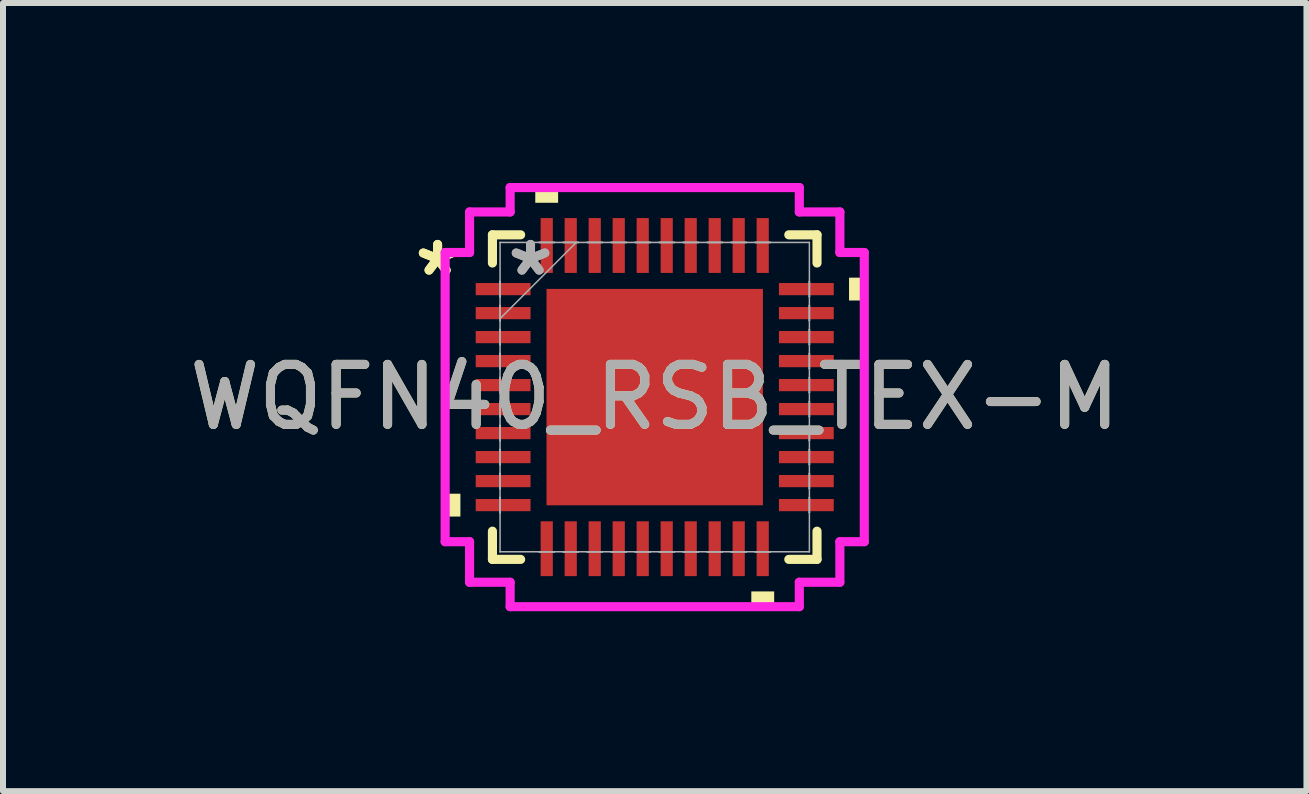
<source format=kicad_pcb>
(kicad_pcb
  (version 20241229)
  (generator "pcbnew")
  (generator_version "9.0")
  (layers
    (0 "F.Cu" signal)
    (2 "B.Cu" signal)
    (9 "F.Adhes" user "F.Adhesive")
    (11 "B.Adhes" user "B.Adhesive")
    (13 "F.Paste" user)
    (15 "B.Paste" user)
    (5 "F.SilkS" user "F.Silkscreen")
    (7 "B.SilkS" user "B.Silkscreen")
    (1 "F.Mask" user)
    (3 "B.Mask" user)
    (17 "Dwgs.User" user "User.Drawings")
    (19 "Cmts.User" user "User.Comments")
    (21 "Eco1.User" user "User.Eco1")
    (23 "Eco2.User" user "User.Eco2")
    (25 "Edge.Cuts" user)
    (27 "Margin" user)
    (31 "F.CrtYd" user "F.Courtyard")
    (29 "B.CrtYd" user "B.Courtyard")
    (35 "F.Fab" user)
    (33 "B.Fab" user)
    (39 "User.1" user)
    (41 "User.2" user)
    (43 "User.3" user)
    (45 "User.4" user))
  (footprint "WQFN40_RSB_TEX-M"
    (layer "F.Cu")
    (at 7.863 3.569)
    (property "Reference" "WQFN40_RSB_TEX-M" (at 0 0 0) (unlocked yes) (layer "F.SilkS") (effects (font (size 1 1) (thickness 0.15))))
    (attr smd)
    (fp_line (start -2.705 -2.705) (end -2.705 -2.235) (stroke (width 0.152) (type solid)) (layer "F.SilkS"))
    (fp_line (start -2.705 2.235) (end -2.705 2.705) (stroke (width 0.152) (type solid)) (layer "F.SilkS"))
    (fp_line (start -2.705 2.705) (end -2.235 2.705) (stroke (width 0.152) (type solid)) (layer "F.SilkS"))
    (fp_line (start -2.235 -2.705) (end -2.705 -2.705) (stroke (width 0.152) (type solid)) (layer "F.SilkS"))
    (fp_line (start 2.235 2.705) (end 2.705 2.705) (stroke (width 0.152) (type solid)) (layer "F.SilkS"))
    (fp_line (start 2.705 -2.705) (end 2.235 -2.705) (stroke (width 0.152) (type solid)) (layer "F.SilkS"))
    (fp_line (start 2.705 -2.235) (end 2.705 -2.705) (stroke (width 0.152) (type solid)) (layer "F.SilkS"))
    (fp_line (start 2.705 2.705) (end 2.705 2.235) (stroke (width 0.152) (type solid)) (layer "F.SilkS"))
    (fp_poly (pts (xy -3.493 1.61) (xy -3.493 1.991) (xy -3.239 1.991) (xy -3.239 1.61)) (stroke (width 0) (type solid)) (fill yes) (layer "F.SilkS"))
    (fp_poly (pts (xy -1.991 -3.239) (xy -1.991 -3.493) (xy -1.61 -3.493) (xy -1.61 -3.239)) (stroke (width 0) (type solid)) (fill yes) (layer "F.SilkS"))
    (fp_poly (pts (xy 1.61 3.239) (xy 1.61 3.493) (xy 1.991 3.493) (xy 1.991 3.239)) (stroke (width 0) (type solid)) (fill yes) (layer "F.SilkS"))
    (fp_poly (pts (xy 3.493 -1.991) (xy 3.493 -1.61) (xy 3.239 -1.61) (xy 3.239 -1.991)) (stroke (width 0) (type solid)) (fill yes) (layer "F.SilkS"))
    (fp_poly (pts (xy -1.703 -1.703) (xy -1.703 -0.1) (xy -0.1 -0.1) (xy -0.1 -1.703)) (stroke (width 0) (type solid)) (fill yes) (layer "F.Paste"))
    (fp_poly (pts (xy -1.703 0.1) (xy -1.703 1.703) (xy -0.1 1.703) (xy -0.1 0.1)) (stroke (width 0) (type solid)) (fill yes) (layer "F.Paste"))
    (fp_poly (pts (xy 0.1 -1.703) (xy 0.1 -0.1) (xy 1.703 -0.1) (xy 1.703 -1.703)) (stroke (width 0) (type solid)) (fill yes) (layer "F.Paste"))
    (fp_poly (pts (xy 0.1 0.1) (xy 0.1 1.703) (xy 1.703 1.703) (xy 1.703 0.1)) (stroke (width 0) (type solid)) (fill yes) (layer "F.Paste"))
    (fp_line (start -3.493 -2.41) (end -3.086 -2.41) (stroke (width 0.152) (type solid)) (layer "F.CrtYd"))
    (fp_line (start -3.493 2.41) (end -3.493 -2.41) (stroke (width 0.152) (type solid)) (layer "F.CrtYd"))
    (fp_line (start -3.086 -3.086) (end -2.41 -3.086) (stroke (width 0.152) (type solid)) (layer "F.CrtYd"))
    (fp_line (start -3.086 -2.41) (end -3.086 -3.086) (stroke (width 0.152) (type solid)) (layer "F.CrtYd"))
    (fp_line (start -3.086 2.41) (end -3.493 2.41) (stroke (width 0.152) (type solid)) (layer "F.CrtYd"))
    (fp_line (start -3.086 3.086) (end -3.086 2.41) (stroke (width 0.152) (type solid)) (layer "F.CrtYd"))
    (fp_line (start -2.41 -3.493) (end 2.41 -3.493) (stroke (width 0.152) (type solid)) (layer "F.CrtYd"))
    (fp_line (start -2.41 -3.086) (end -2.41 -3.493) (stroke (width 0.152) (type solid)) (layer "F.CrtYd"))
    (fp_line (start -2.41 3.086) (end -3.086 3.086) (stroke (width 0.152) (type solid)) (layer "F.CrtYd"))
    (fp_line (start -2.41 3.493) (end -2.41 3.086) (stroke (width 0.152) (type solid)) (layer "F.CrtYd"))
    (fp_line (start 2.41 -3.493) (end 2.41 -3.086) (stroke (width 0.152) (type solid)) (layer "F.CrtYd"))
    (fp_line (start 2.41 -3.086) (end 3.086 -3.086) (stroke (width 0.152) (type solid)) (layer "F.CrtYd"))
    (fp_line (start 2.41 3.086) (end 2.41 3.493) (stroke (width 0.152) (type solid)) (layer "F.CrtYd"))
    (fp_line (start 2.41 3.493) (end -2.41 3.493) (stroke (width 0.152) (type solid)) (layer "F.CrtYd"))
    (fp_line (start 3.086 -3.086) (end 3.086 -2.41) (stroke (width 0.152) (type solid)) (layer "F.CrtYd"))
    (fp_line (start 3.086 -2.41) (end 3.493 -2.41) (stroke (width 0.152) (type solid)) (layer "F.CrtYd"))
    (fp_line (start 3.086 2.41) (end 3.086 3.086) (stroke (width 0.152) (type solid)) (layer "F.CrtYd"))
    (fp_line (start 3.086 3.086) (end 2.41 3.086) (stroke (width 0.152) (type solid)) (layer "F.CrtYd"))
    (fp_line (start 3.493 -2.41) (end 3.493 2.41) (stroke (width 0.152) (type solid)) (layer "F.CrtYd"))
    (fp_line (start 3.493 2.41) (end 3.086 2.41) (stroke (width 0.152) (type solid)) (layer "F.CrtYd"))
    (fp_line (start -2.578 -2.578) (end -2.578 -2.578) (stroke (width 0.025) (type solid)) (layer "F.Fab"))
    (fp_line (start -2.578 -2.578) (end -2.578 2.578) (stroke (width 0.025) (type solid)) (layer "F.Fab"))
    (fp_line (start -2.578 -1.927) (end -2.578 -1.927) (stroke (width 0.025) (type solid)) (layer "F.Fab"))
    (fp_line (start -2.578 -1.927) (end -2.578 -1.673) (stroke (width 0.025) (type solid)) (layer "F.Fab"))
    (fp_line (start -2.578 -1.673) (end -2.578 -1.927) (stroke (width 0.025) (type solid)) (layer "F.Fab"))
    (fp_line (start -2.578 -1.673) (end -2.578 -1.673) (stroke (width 0.025) (type solid)) (layer "F.Fab"))
    (fp_line (start -2.578 -1.527) (end -2.578 -1.527) (stroke (width 0.025) (type solid)) (layer "F.Fab"))
    (fp_line (start -2.578 -1.527) (end -2.578 -1.273) (stroke (width 0.025) (type solid)) (layer "F.Fab"))
    (fp_line (start -2.578 -1.308) (end -1.308 -2.578) (stroke (width 0.025) (type solid)) (layer "F.Fab"))
    (fp_line (start -2.578 -1.273) (end -2.578 -1.527) (stroke (width 0.025) (type solid)) (layer "F.Fab"))
    (fp_line (start -2.578 -1.273) (end -2.578 -1.273) (stroke (width 0.025) (type solid)) (layer "F.Fab"))
    (fp_line (start -2.578 -1.127) (end -2.578 -1.127) (stroke (width 0.025) (type solid)) (layer "F.Fab"))
    (fp_line (start -2.578 -1.127) (end -2.578 -0.873) (stroke (width 0.025) (type solid)) (layer "F.Fab"))
    (fp_line (start -2.578 -0.873) (end -2.578 -1.127) (stroke (width 0.025) (type solid)) (layer "F.Fab"))
    (fp_line (start -2.578 -0.873) (end -2.578 -0.873) (stroke (width 0.025) (type solid)) (layer "F.Fab"))
    (fp_line (start -2.578 -0.727) (end -2.578 -0.727) (stroke (width 0.025) (type solid)) (layer "F.Fab"))
    (fp_line (start -2.578 -0.727) (end -2.578 -0.473) (stroke (width 0.025) (type solid)) (layer "F.Fab"))
    (fp_line (start -2.578 -0.473) (end -2.578 -0.727) (stroke (width 0.025) (type solid)) (layer "F.Fab"))
    (fp_line (start -2.578 -0.473) (end -2.578 -0.473) (stroke (width 0.025) (type solid)) (layer "F.Fab"))
    (fp_line (start -2.578 -0.327) (end -2.578 -0.327) (stroke (width 0.025) (type solid)) (layer "F.Fab"))
    (fp_line (start -2.578 -0.327) (end -2.578 -0.073) (stroke (width 0.025) (type solid)) (layer "F.Fab"))
    (fp_line (start -2.578 -0.073) (end -2.578 -0.327) (stroke (width 0.025) (type solid)) (layer "F.Fab"))
    (fp_line (start -2.578 -0.073) (end -2.578 -0.073) (stroke (width 0.025) (type solid)) (layer "F.Fab"))
    (fp_line (start -2.578 0.073) (end -2.578 0.073) (stroke (width 0.025) (type solid)) (layer "F.Fab"))
    (fp_line (start -2.578 0.073) (end -2.578 0.327) (stroke (width 0.025) (type solid)) (layer "F.Fab"))
    (fp_line (start -2.578 0.327) (end -2.578 0.073) (stroke (width 0.025) (type solid)) (layer "F.Fab"))
    (fp_line (start -2.578 0.327) (end -2.578 0.327) (stroke (width 0.025) (type solid)) (layer "F.Fab"))
    (fp_line (start -2.578 0.473) (end -2.578 0.473) (stroke (width 0.025) (type solid)) (layer "F.Fab"))
    (fp_line (start -2.578 0.473) (end -2.578 0.727) (stroke (width 0.025) (type solid)) (layer "F.Fab"))
    (fp_line (start -2.578 0.727) (end -2.578 0.473) (stroke (width 0.025) (type solid)) (layer "F.Fab"))
    (fp_line (start -2.578 0.727) (end -2.578 0.727) (stroke (width 0.025) (type solid)) (layer "F.Fab"))
    (fp_line (start -2.578 0.873) (end -2.578 0.873) (stroke (width 0.025) (type solid)) (layer "F.Fab"))
    (fp_line (start -2.578 0.873) (end -2.578 1.127) (stroke (width 0.025) (type solid)) (layer "F.Fab"))
    (fp_line (start -2.578 1.127) (end -2.578 0.873) (stroke (width 0.025) (type solid)) (layer "F.Fab"))
    (fp_line (start -2.578 1.127) (end -2.578 1.127) (stroke (width 0.025) (type solid)) (layer "F.Fab"))
    (fp_line (start -2.578 1.273) (end -2.578 1.273) (stroke (width 0.025) (type solid)) (layer "F.Fab"))
    (fp_line (start -2.578 1.273) (end -2.578 1.527) (stroke (width 0.025) (type solid)) (layer "F.Fab"))
    (fp_line (start -2.578 1.527) (end -2.578 1.273) (stroke (width 0.025) (type solid)) (layer "F.Fab"))
    (fp_line (start -2.578 1.527) (end -2.578 1.527) (stroke (width 0.025) (type solid)) (layer "F.Fab"))
    (fp_line (start -2.578 1.673) (end -2.578 1.673) (stroke (width 0.025) (type solid)) (layer "F.Fab"))
    (fp_line (start -2.578 1.673) (end -2.578 1.927) (stroke (width 0.025) (type solid)) (layer "F.Fab"))
    (fp_line (start -2.578 1.927) (end -2.578 1.673) (stroke (width 0.025) (type solid)) (layer "F.Fab"))
    (fp_line (start -2.578 1.927) (end -2.578 1.927) (stroke (width 0.025) (type solid)) (layer "F.Fab"))
    (fp_line (start -2.578 2.578) (end -2.578 2.578) (stroke (width 0.025) (type solid)) (layer "F.Fab"))
    (fp_line (start -2.578 2.578) (end 2.578 2.578) (stroke (width 0.025) (type solid)) (layer "F.Fab"))
    (fp_line (start -1.927 -2.578) (end -1.927 -2.578) (stroke (width 0.025) (type solid)) (layer "F.Fab"))
    (fp_line (start -1.927 -2.578) (end -1.673 -2.578) (stroke (width 0.025) (type solid)) (layer "F.Fab"))
    (fp_line (start -1.927 2.578) (end -1.927 2.578) (stroke (width 0.025) (type solid)) (layer "F.Fab"))
    (fp_line (start -1.927 2.578) (end -1.673 2.578) (stroke (width 0.025) (type solid)) (layer "F.Fab"))
    (fp_line (start -1.673 -2.578) (end -1.927 -2.578) (stroke (width 0.025) (type solid)) (layer "F.Fab"))
    (fp_line (start -1.673 -2.578) (end -1.673 -2.578) (stroke (width 0.025) (type solid)) (layer "F.Fab"))
    (fp_line (start -1.673 2.578) (end -1.927 2.578) (stroke (width 0.025) (type solid)) (layer "F.Fab"))
    (fp_line (start -1.673 2.578) (end -1.673 2.578) (stroke (width 0.025) (type solid)) (layer "F.Fab"))
    (fp_line (start -1.527 -2.578) (end -1.527 -2.578) (stroke (width 0.025) (type solid)) (layer "F.Fab"))
    (fp_line (start -1.527 -2.578) (end -1.273 -2.578) (stroke (width 0.025) (type solid)) (layer "F.Fab"))
    (fp_line (start -1.527 2.578) (end -1.527 2.578) (stroke (width 0.025) (type solid)) (layer "F.Fab"))
    (fp_line (start -1.527 2.578) (end -1.273 2.578) (stroke (width 0.025) (type solid)) (layer "F.Fab"))
    (fp_line (start -1.273 -2.578) (end -1.527 -2.578) (stroke (width 0.025) (type solid)) (layer "F.Fab"))
    (fp_line (start -1.273 -2.578) (end -1.273 -2.578) (stroke (width 0.025) (type solid)) (layer "F.Fab"))
    (fp_line (start -1.273 2.578) (end -1.527 2.578) (stroke (width 0.025) (type solid)) (layer "F.Fab"))
    (fp_line (start -1.273 2.578) (end -1.273 2.578) (stroke (width 0.025) (type solid)) (layer "F.Fab"))
    (fp_line (start -1.127 -2.578) (end -1.127 -2.578) (stroke (width 0.025) (type solid)) (layer "F.Fab"))
    (fp_line (start -1.127 -2.578) (end -0.873 -2.578) (stroke (width 0.025) (type solid)) (layer "F.Fab"))
    (fp_line (start -1.127 2.578) (end -1.127 2.578) (stroke (width 0.025) (type solid)) (layer "F.Fab"))
    (fp_line (start -1.127 2.578) (end -0.873 2.578) (stroke (width 0.025) (type solid)) (layer "F.Fab"))
    (fp_line (start -0.873 -2.578) (end -1.127 -2.578) (stroke (width 0.025) (type solid)) (layer "F.Fab"))
    (fp_line (start -0.873 -2.578) (end -0.873 -2.578) (stroke (width 0.025) (type solid)) (layer "F.Fab"))
    (fp_line (start -0.873 2.578) (end -1.127 2.578) (stroke (width 0.025) (type solid)) (layer "F.Fab"))
    (fp_line (start -0.873 2.578) (end -0.873 2.578) (stroke (width 0.025) (type solid)) (layer "F.Fab"))
    (fp_line (start -0.727 -2.578) (end -0.727 -2.578) (stroke (width 0.025) (type solid)) (layer "F.Fab"))
    (fp_line (start -0.727 -2.578) (end -0.473 -2.578) (stroke (width 0.025) (type solid)) (layer "F.Fab"))
    (fp_line (start -0.727 2.578) (end -0.727 2.578) (stroke (width 0.025) (type solid)) (layer "F.Fab"))
    (fp_line (start -0.727 2.578) (end -0.473 2.578) (stroke (width 0.025) (type solid)) (layer "F.Fab"))
    (fp_line (start -0.473 -2.578) (end -0.727 -2.578) (stroke (width 0.025) (type solid)) (layer "F.Fab"))
    (fp_line (start -0.473 -2.578) (end -0.473 -2.578) (stroke (width 0.025) (type solid)) (layer "F.Fab"))
    (fp_line (start -0.473 2.578) (end -0.727 2.578) (stroke (width 0.025) (type solid)) (layer "F.Fab"))
    (fp_line (start -0.473 2.578) (end -0.473 2.578) (stroke (width 0.025) (type solid)) (layer "F.Fab"))
    (fp_line (start -0.327 -2.578) (end -0.327 -2.578) (stroke (width 0.025) (type solid)) (layer "F.Fab"))
    (fp_line (start -0.327 -2.578) (end -0.073 -2.578) (stroke (width 0.025) (type solid)) (layer "F.Fab"))
    (fp_line (start -0.327 2.578) (end -0.327 2.578) (stroke (width 0.025) (type solid)) (layer "F.Fab"))
    (fp_line (start -0.327 2.578) (end -0.073 2.578) (stroke (width 0.025) (type solid)) (layer "F.Fab"))
    (fp_line (start -0.073 -2.578) (end -0.327 -2.578) (stroke (width 0.025) (type solid)) (layer "F.Fab"))
    (fp_line (start -0.073 -2.578) (end -0.073 -2.578) (stroke (width 0.025) (type solid)) (layer "F.Fab"))
    (fp_line (start -0.073 2.578) (end -0.327 2.578) (stroke (width 0.025) (type solid)) (layer "F.Fab"))
    (fp_line (start -0.073 2.578) (end -0.073 2.578) (stroke (width 0.025) (type solid)) (layer "F.Fab"))
    (fp_line (start 0.073 -2.578) (end 0.073 -2.578) (stroke (width 0.025) (type solid)) (layer "F.Fab"))
    (fp_line (start 0.073 -2.578) (end 0.327 -2.578) (stroke (width 0.025) (type solid)) (layer "F.Fab"))
    (fp_line (start 0.073 2.578) (end 0.073 2.578) (stroke (width 0.025) (type solid)) (layer "F.Fab"))
    (fp_line (start 0.073 2.578) (end 0.327 2.578) (stroke (width 0.025) (type solid)) (layer "F.Fab"))
    (fp_line (start 0.327 -2.578) (end 0.073 -2.578) (stroke (width 0.025) (type solid)) (layer "F.Fab"))
    (fp_line (start 0.327 -2.578) (end 0.327 -2.578) (stroke (width 0.025) (type solid)) (layer "F.Fab"))
    (fp_line (start 0.327 2.578) (end 0.073 2.578) (stroke (width 0.025) (type solid)) (layer "F.Fab"))
    (fp_line (start 0.327 2.578) (end 0.327 2.578) (stroke (width 0.025) (type solid)) (layer "F.Fab"))
    (fp_line (start 0.473 -2.578) (end 0.473 -2.578) (stroke (width 0.025) (type solid)) (layer "F.Fab"))
    (fp_line (start 0.473 -2.578) (end 0.727 -2.578) (stroke (width 0.025) (type solid)) (layer "F.Fab"))
    (fp_line (start 0.473 2.578) (end 0.473 2.578) (stroke (width 0.025) (type solid)) (layer "F.Fab"))
    (fp_line (start 0.473 2.578) (end 0.727 2.578) (stroke (width 0.025) (type solid)) (layer "F.Fab"))
    (fp_line (start 0.727 -2.578) (end 0.473 -2.578) (stroke (width 0.025) (type solid)) (layer "F.Fab"))
    (fp_line (start 0.727 -2.578) (end 0.727 -2.578) (stroke (width 0.025) (type solid)) (layer "F.Fab"))
    (fp_line (start 0.727 2.578) (end 0.473 2.578) (stroke (width 0.025) (type solid)) (layer "F.Fab"))
    (fp_line (start 0.727 2.578) (end 0.727 2.578) (stroke (width 0.025) (type solid)) (layer "F.Fab"))
    (fp_line (start 0.873 -2.578) (end 0.873 -2.578) (stroke (width 0.025) (type solid)) (layer "F.Fab"))
    (fp_line (start 0.873 -2.578) (end 1.127 -2.578) (stroke (width 0.025) (type solid)) (layer "F.Fab"))
    (fp_line (start 0.873 2.578) (end 0.873 2.578) (stroke (width 0.025) (type solid)) (layer "F.Fab"))
    (fp_line (start 0.873 2.578) (end 1.127 2.578) (stroke (width 0.025) (type solid)) (layer "F.Fab"))
    (fp_line (start 1.127 -2.578) (end 0.873 -2.578) (stroke (width 0.025) (type solid)) (layer "F.Fab"))
    (fp_line (start 1.127 -2.578) (end 1.127 -2.578) (stroke (width 0.025) (type solid)) (layer "F.Fab"))
    (fp_line (start 1.127 2.578) (end 0.873 2.578) (stroke (width 0.025) (type solid)) (layer "F.Fab"))
    (fp_line (start 1.127 2.578) (end 1.127 2.578) (stroke (width 0.025) (type solid)) (layer "F.Fab"))
    (fp_line (start 1.273 -2.578) (end 1.273 -2.578) (stroke (width 0.025) (type solid)) (layer "F.Fab"))
    (fp_line (start 1.273 -2.578) (end 1.527 -2.578) (stroke (width 0.025) (type solid)) (layer "F.Fab"))
    (fp_line (start 1.273 2.578) (end 1.273 2.578) (stroke (width 0.025) (type solid)) (layer "F.Fab"))
    (fp_line (start 1.273 2.578) (end 1.527 2.578) (stroke (width 0.025) (type solid)) (layer "F.Fab"))
    (fp_line (start 1.527 -2.578) (end 1.273 -2.578) (stroke (width 0.025) (type solid)) (layer "F.Fab"))
    (fp_line (start 1.527 -2.578) (end 1.527 -2.578) (stroke (width 0.025) (type solid)) (layer "F.Fab"))
    (fp_line (start 1.527 2.578) (end 1.273 2.578) (stroke (width 0.025) (type solid)) (layer "F.Fab"))
    (fp_line (start 1.527 2.578) (end 1.527 2.578) (stroke (width 0.025) (type solid)) (layer "F.Fab"))
    (fp_line (start 1.673 -2.578) (end 1.673 -2.578) (stroke (width 0.025) (type solid)) (layer "F.Fab"))
    (fp_line (start 1.673 -2.578) (end 1.927 -2.578) (stroke (width 0.025) (type solid)) (layer "F.Fab"))
    (fp_line (start 1.673 2.578) (end 1.673 2.578) (stroke (width 0.025) (type solid)) (layer "F.Fab"))
    (fp_line (start 1.673 2.578) (end 1.927 2.578) (stroke (width 0.025) (type solid)) (layer "F.Fab"))
    (fp_line (start 1.927 -2.578) (end 1.673 -2.578) (stroke (width 0.025) (type solid)) (layer "F.Fab"))
    (fp_line (start 1.927 -2.578) (end 1.927 -2.578) (stroke (width 0.025) (type solid)) (layer "F.Fab"))
    (fp_line (start 1.927 2.578) (end 1.673 2.578) (stroke (width 0.025) (type solid)) (layer "F.Fab"))
    (fp_line (start 1.927 2.578) (end 1.927 2.578) (stroke (width 0.025) (type solid)) (layer "F.Fab"))
    (fp_line (start 2.578 -2.578) (end -2.578 -2.578) (stroke (width 0.025) (type solid)) (layer "F.Fab"))
    (fp_line (start 2.578 -2.578) (end 2.578 -2.578) (stroke (width 0.025) (type solid)) (layer "F.Fab"))
    (fp_line (start 2.578 -1.927) (end 2.578 -1.927) (stroke (width 0.025) (type solid)) (layer "F.Fab"))
    (fp_line (start 2.578 -1.927) (end 2.578 -1.673) (stroke (width 0.025) (type solid)) (layer "F.Fab"))
    (fp_line (start 2.578 -1.673) (end 2.578 -1.927) (stroke (width 0.025) (type solid)) (layer "F.Fab"))
    (fp_line (start 2.578 -1.673) (end 2.578 -1.673) (stroke (width 0.025) (type solid)) (layer "F.Fab"))
    (fp_line (start 2.578 -1.527) (end 2.578 -1.527) (stroke (width 0.025) (type solid)) (layer "F.Fab"))
    (fp_line (start 2.578 -1.527) (end 2.578 -1.273) (stroke (width 0.025) (type solid)) (layer "F.Fab"))
    (fp_line (start 2.578 -1.273) (end 2.578 -1.527) (stroke (width 0.025) (type solid)) (layer "F.Fab"))
    (fp_line (start 2.578 -1.273) (end 2.578 -1.273) (stroke (width 0.025) (type solid)) (layer "F.Fab"))
    (fp_line (start 2.578 -1.127) (end 2.578 -1.127) (stroke (width 0.025) (type solid)) (layer "F.Fab"))
    (fp_line (start 2.578 -1.127) (end 2.578 -0.873) (stroke (width 0.025) (type solid)) (layer "F.Fab"))
    (fp_line (start 2.578 -0.873) (end 2.578 -1.127) (stroke (width 0.025) (type solid)) (layer "F.Fab"))
    (fp_line (start 2.578 -0.873) (end 2.578 -0.873) (stroke (width 0.025) (type solid)) (layer "F.Fab"))
    (fp_line (start 2.578 -0.727) (end 2.578 -0.727) (stroke (width 0.025) (type solid)) (layer "F.Fab"))
    (fp_line (start 2.578 -0.727) (end 2.578 -0.473) (stroke (width 0.025) (type solid)) (layer "F.Fab"))
    (fp_line (start 2.578 -0.473) (end 2.578 -0.727) (stroke (width 0.025) (type solid)) (layer "F.Fab"))
    (fp_line (start 2.578 -0.473) (end 2.578 -0.473) (stroke (width 0.025) (type solid)) (layer "F.Fab"))
    (fp_line (start 2.578 -0.327) (end 2.578 -0.327) (stroke (width 0.025) (type solid)) (layer "F.Fab"))
    (fp_line (start 2.578 -0.327) (end 2.578 -0.073) (stroke (width 0.025) (type solid)) (layer "F.Fab"))
    (fp_line (start 2.578 -0.073) (end 2.578 -0.327) (stroke (width 0.025) (type solid)) (layer "F.Fab"))
    (fp_line (start 2.578 -0.073) (end 2.578 -0.073) (stroke (width 0.025) (type solid)) (layer "F.Fab"))
    (fp_line (start 2.578 0.073) (end 2.578 0.073) (stroke (width 0.025) (type solid)) (layer "F.Fab"))
    (fp_line (start 2.578 0.073) (end 2.578 0.327) (stroke (width 0.025) (type solid)) (layer "F.Fab"))
    (fp_line (start 2.578 0.327) (end 2.578 0.073) (stroke (width 0.025) (type solid)) (layer "F.Fab"))
    (fp_line (start 2.578 0.327) (end 2.578 0.327) (stroke (width 0.025) (type solid)) (layer "F.Fab"))
    (fp_line (start 2.578 0.473) (end 2.578 0.473) (stroke (width 0.025) (type solid)) (layer "F.Fab"))
    (fp_line (start 2.578 0.473) (end 2.578 0.727) (stroke (width 0.025) (type solid)) (layer "F.Fab"))
    (fp_line (start 2.578 0.727) (end 2.578 0.473) (stroke (width 0.025) (type solid)) (layer "F.Fab"))
    (fp_line (start 2.578 0.727) (end 2.578 0.727) (stroke (width 0.025) (type solid)) (layer "F.Fab"))
    (fp_line (start 2.578 0.873) (end 2.578 0.873) (stroke (width 0.025) (type solid)) (layer "F.Fab"))
    (fp_line (start 2.578 0.873) (end 2.578 1.127) (stroke (width 0.025) (type solid)) (layer "F.Fab"))
    (fp_line (start 2.578 1.127) (end 2.578 0.873) (stroke (width 0.025) (type solid)) (layer "F.Fab"))
    (fp_line (start 2.578 1.127) (end 2.578 1.127) (stroke (width 0.025) (type solid)) (layer "F.Fab"))
    (fp_line (start 2.578 1.273) (end 2.578 1.273) (stroke (width 0.025) (type solid)) (layer "F.Fab"))
    (fp_line (start 2.578 1.273) (end 2.578 1.527) (stroke (width 0.025) (type solid)) (layer "F.Fab"))
    (fp_line (start 2.578 1.527) (end 2.578 1.273) (stroke (width 0.025) (type solid)) (layer "F.Fab"))
    (fp_line (start 2.578 1.527) (end 2.578 1.527) (stroke (width 0.025) (type solid)) (layer "F.Fab"))
    (fp_line (start 2.578 1.673) (end 2.578 1.673) (stroke (width 0.025) (type solid)) (layer "F.Fab"))
    (fp_line (start 2.578 1.673) (end 2.578 1.927) (stroke (width 0.025) (type solid)) (layer "F.Fab"))
    (fp_line (start 2.578 1.927) (end 2.578 1.673) (stroke (width 0.025) (type solid)) (layer "F.Fab"))
    (fp_line (start 2.578 1.927) (end 2.578 1.927) (stroke (width 0.025) (type solid)) (layer "F.Fab"))
    (fp_line (start 2.578 2.578) (end 2.578 -2.578) (stroke (width 0.025) (type solid)) (layer "F.Fab"))
    (fp_line (start 2.578 2.578) (end 2.578 2.578) (stroke (width 0.025) (type solid)) (layer "F.Fab"))
    (fp_text user "*" (at -3.619 -2 0) (unlocked yes) (layer "F.SilkS") (effects (font (size 1 1) (thickness 0.15))))
    (fp_text user "*" (at -3.619 -2 0) (layer "F.SilkS") (effects (font (size 1 1) (thickness 0.15))))
    (fp_text user "*" (at -2.07 -2 0) (layer "F.Fab") (effects (font (size 1 1) (thickness 0.15))))
    (fp_text user "${REFERENCE}" (at 0 0 0) (unlocked yes) (layer "F.Fab") (effects (font (size 1 1) (thickness 0.15))))
    (fp_text user "*" (at -2.07 -2 0) (unlocked yes) (layer "F.Fab") (effects (font (size 1 1) (thickness 0.15))))
    (pad "1" smd rect (at -2.527 -1.8 90) (size 0.203 0.914) (layers "F.Cu" "F.Mask" "F.Paste"))
    (pad "2" smd rect (at -2.527 -1.4 90) (size 0.203 0.914) (layers "F.Cu" "F.Mask" "F.Paste"))
    (pad "3" smd rect (at -2.527 -1 90) (size 0.203 0.914) (layers "F.Cu" "F.Mask" "F.Paste"))
    (pad "4" smd rect (at -2.527 -0.6 90) (size 0.203 0.914) (layers "F.Cu" "F.Mask" "F.Paste"))
    (pad "5" smd rect (at -2.527 -0.2 90) (size 0.203 0.914) (layers "F.Cu" "F.Mask" "F.Paste"))
    (pad "6" smd rect (at -2.527 0.2 90) (size 0.203 0.914) (layers "F.Cu" "F.Mask" "F.Paste"))
    (pad "7" smd rect (at -2.527 0.6 90) (size 0.203 0.914) (layers "F.Cu" "F.Mask" "F.Paste"))
    (pad "8" smd rect (at -2.527 1 90) (size 0.203 0.914) (layers "F.Cu" "F.Mask" "F.Paste"))
    (pad "9" smd rect (at -2.527 1.4 90) (size 0.203 0.914) (layers "F.Cu" "F.Mask" "F.Paste"))
    (pad "10" smd rect (at -2.527 1.8 90) (size 0.203 0.914) (layers "F.Cu" "F.Mask" "F.Paste"))
    (pad "11" smd rect (at -1.8 2.527) (size 0.203 0.914) (layers "F.Cu" "F.Mask" "F.Paste"))
    (pad "12" smd rect (at -1.4 2.527) (size 0.203 0.914) (layers "F.Cu" "F.Mask" "F.Paste"))
    (pad "13" smd rect (at -1 2.527) (size 0.203 0.914) (layers "F.Cu" "F.Mask" "F.Paste"))
    (pad "14" smd rect (at -0.6 2.527) (size 0.203 0.914) (layers "F.Cu" "F.Mask" "F.Paste"))
    (pad "15" smd rect (at -0.2 2.527) (size 0.203 0.914) (layers "F.Cu" "F.Mask" "F.Paste"))
    (pad "16" smd rect (at 0.2 2.527) (size 0.203 0.914) (layers "F.Cu" "F.Mask" "F.Paste"))
    (pad "17" smd rect (at 0.6 2.527) (size 0.203 0.914) (layers "F.Cu" "F.Mask" "F.Paste"))
    (pad "18" smd rect (at 1 2.527) (size 0.203 0.914) (layers "F.Cu" "F.Mask" "F.Paste"))
    (pad "19" smd rect (at 1.4 2.527) (size 0.203 0.914) (layers "F.Cu" "F.Mask" "F.Paste"))
    (pad "20" smd rect (at 1.8 2.527) (size 0.203 0.914) (layers "F.Cu" "F.Mask" "F.Paste"))
    (pad "21" smd rect (at 2.527 1.8 90) (size 0.203 0.914) (layers "F.Cu" "F.Mask" "F.Paste"))
    (pad "22" smd rect (at 2.527 1.4 90) (size 0.203 0.914) (layers "F.Cu" "F.Mask" "F.Paste"))
    (pad "23" smd rect (at 2.527 1 90) (size 0.203 0.914) (layers "F.Cu" "F.Mask" "F.Paste"))
    (pad "24" smd rect (at 2.527 0.6 90) (size 0.203 0.914) (layers "F.Cu" "F.Mask" "F.Paste"))
    (pad "25" smd rect (at 2.527 0.2 90) (size 0.203 0.914) (layers "F.Cu" "F.Mask" "F.Paste"))
    (pad "26" smd rect (at 2.527 -0.2 90) (size 0.203 0.914) (layers "F.Cu" "F.Mask" "F.Paste"))
    (pad "27" smd rect (at 2.527 -0.6 90) (size 0.203 0.914) (layers "F.Cu" "F.Mask" "F.Paste"))
    (pad "28" smd rect (at 2.527 -1 90) (size 0.203 0.914) (layers "F.Cu" "F.Mask" "F.Paste"))
    (pad "29" smd rect (at 2.527 -1.4 90) (size 0.203 0.914) (layers "F.Cu" "F.Mask" "F.Paste"))
    (pad "30" smd rect (at 2.527 -1.8 90) (size 0.203 0.914) (layers "F.Cu" "F.Mask" "F.Paste"))
    (pad "31" smd rect (at 1.8 -2.527) (size 0.203 0.914) (layers "F.Cu" "F.Mask" "F.Paste"))
    (pad "32" smd rect (at 1.4 -2.527) (size 0.203 0.914) (layers "F.Cu" "F.Mask" "F.Paste"))
    (pad "33" smd rect (at 1 -2.527) (size 0.203 0.914) (layers "F.Cu" "F.Mask" "F.Paste"))
    (pad "34" smd rect (at 0.6 -2.527) (size 0.203 0.914) (layers "F.Cu" "F.Mask" "F.Paste"))
    (pad "35" smd rect (at 0.2 -2.527) (size 0.203 0.914) (layers "F.Cu" "F.Mask" "F.Paste"))
    (pad "36" smd rect (at -0.2 -2.527) (size 0.203 0.914) (layers "F.Cu" "F.Mask" "F.Paste"))
    (pad "37" smd rect (at -0.6 -2.527) (size 0.203 0.914) (layers "F.Cu" "F.Mask" "F.Paste"))
    (pad "38" smd rect (at -1 -2.527) (size 0.203 0.914) (layers "F.Cu" "F.Mask" "F.Paste"))
    (pad "39" smd rect (at -1.4 -2.527) (size 0.203 0.914) (layers "F.Cu" "F.Mask" "F.Paste"))
    (pad "40" smd rect (at -1.8 -2.527) (size 0.203 0.914) (layers "F.Cu" "F.Mask" "F.Paste"))
    (pad "41" smd rect (at 0 0) (size 3.607 3.607) (layers "F.Cu" "F.Mask" "F.Paste")))
  (gr_rect
    (start -3 -3)
    (end 18.726 10.137)
    (stroke (width 0.1) (type default))
    (fill no)
    (layer "Edge.Cuts")))
</source>
